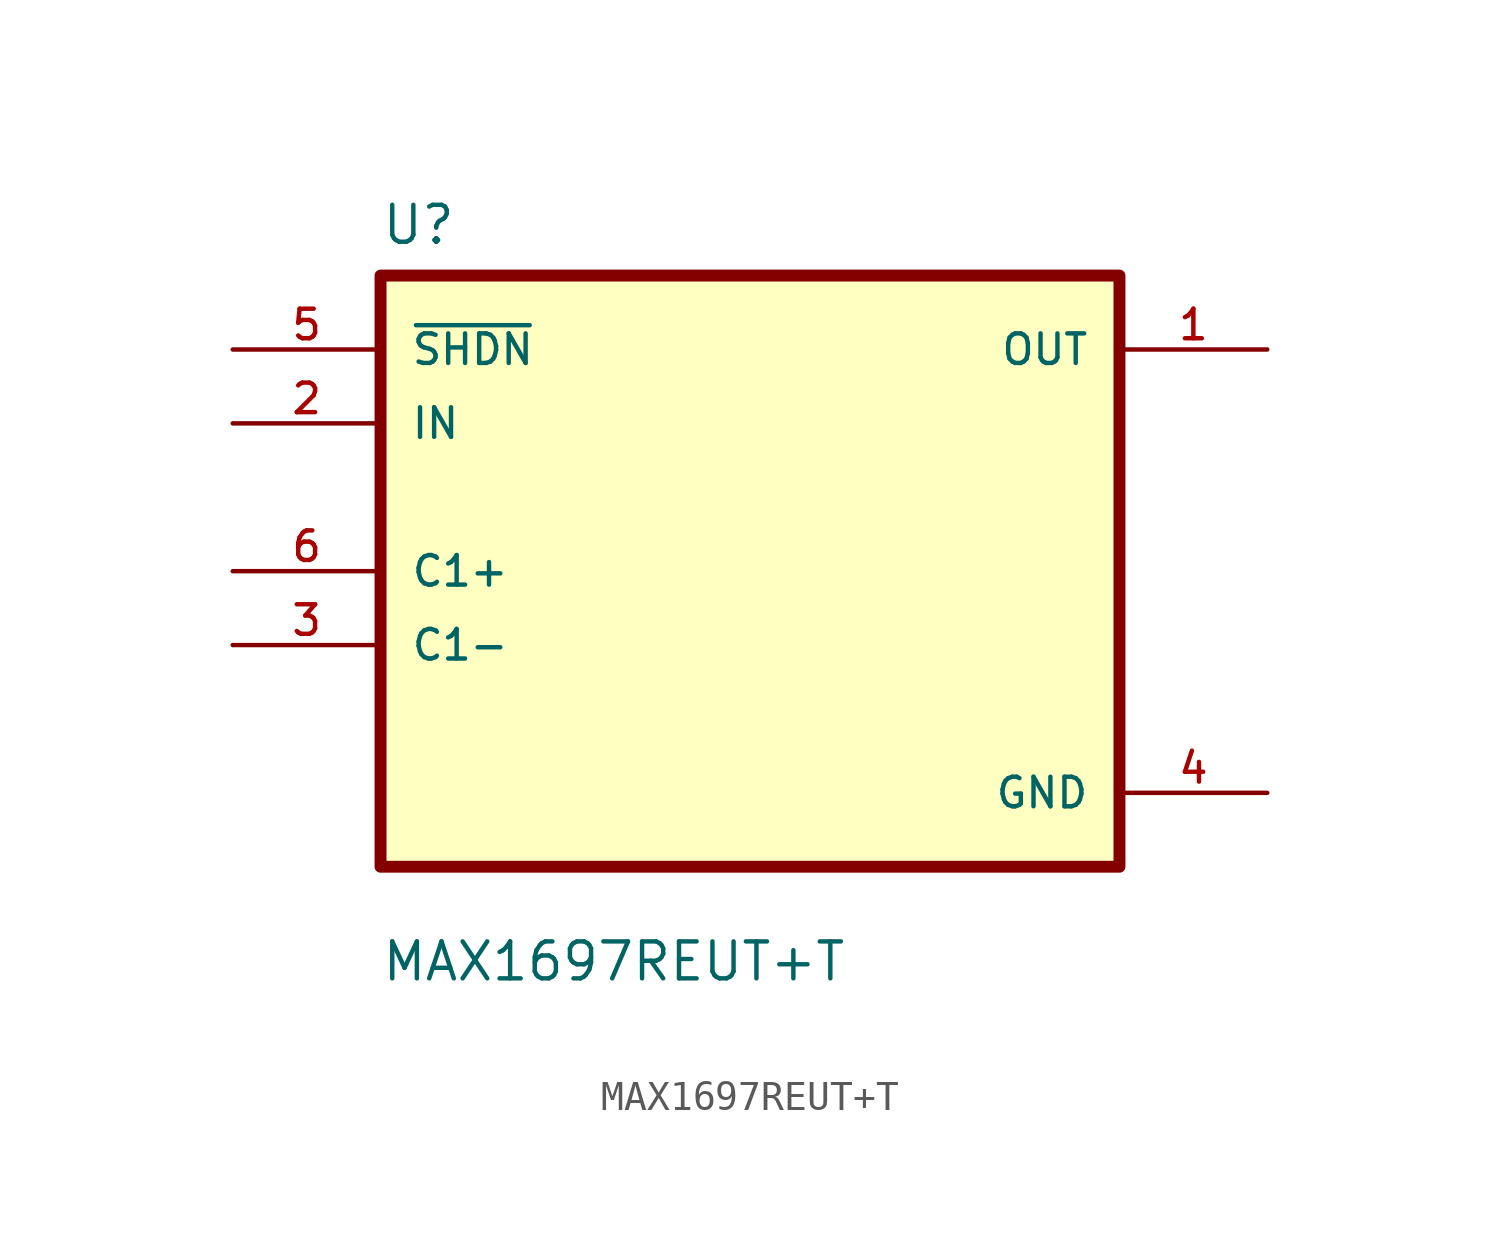
<source format=kicad_sym>
(kicad_symbol_lib
  (version 20211014)
  (generator kicad_symbol_editor)
  (symbol "MAX1697REUT+T"
    (pin_names
      (offset 1.016))
    (property "Reference" "U"
      (at -12.7 11.16 0.0)
      (effects (font (size 1.27 1.27)) (justify bottom left)))
    (property "Value" "MAX1697REUT+T"
      (at -12.7 -14.16 0.0)
      (effects (font (size 1.27 1.27)) (justify bottom left)))
    (symbol "MAX1697REUT+T_0_0"
      (rectangle (start -12.7 -10.16) (end 12.7 10.16) (stroke (width 0.41)) (fill (type background)))
      (pin input line (at -17.78 7.62 0) (length 5.08) (name "~{SHDN}" (effects (font (size 1.016 1.016)))) (number "5" (effects (font (size 1.016 1.016)))))
      (pin input line (at -17.78 5.08 0) (length 5.08) (name "IN" (effects (font (size 1.016 1.016)))) (number "2" (effects (font (size 1.016 1.016)))))
      (pin bidirectional line (at -17.78 0.0 0) (length 5.08) (name "C1+" (effects (font (size 1.016 1.016)))) (number "6" (effects (font (size 1.016 1.016)))))
      (pin bidirectional line (at -17.78 -2.54 0) (length 5.08) (name "C1-" (effects (font (size 1.016 1.016)))) (number "3" (effects (font (size 1.016 1.016)))))
      (pin output line (at 17.78 7.62 180.0) (length 5.08) (name "OUT" (effects (font (size 1.016 1.016)))) (number "1" (effects (font (size 1.016 1.016)))))
      (pin power_in line (at 17.78 -7.62 180.0) (length 5.08) (name "GND" (effects (font (size 1.016 1.016)))) (number "4" (effects (font (size 1.016 1.016))))))))
</source>
